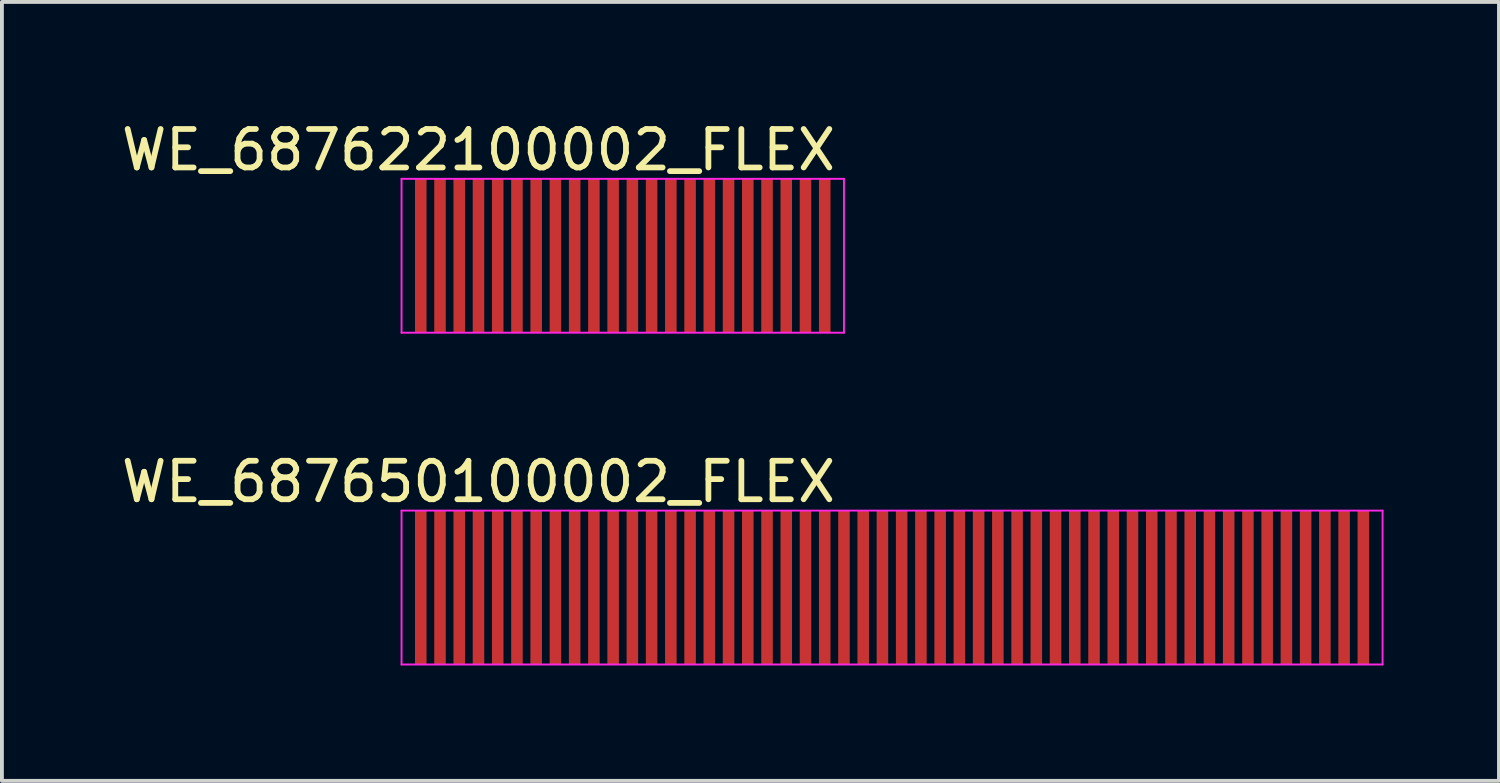
<source format=kicad_pcb>
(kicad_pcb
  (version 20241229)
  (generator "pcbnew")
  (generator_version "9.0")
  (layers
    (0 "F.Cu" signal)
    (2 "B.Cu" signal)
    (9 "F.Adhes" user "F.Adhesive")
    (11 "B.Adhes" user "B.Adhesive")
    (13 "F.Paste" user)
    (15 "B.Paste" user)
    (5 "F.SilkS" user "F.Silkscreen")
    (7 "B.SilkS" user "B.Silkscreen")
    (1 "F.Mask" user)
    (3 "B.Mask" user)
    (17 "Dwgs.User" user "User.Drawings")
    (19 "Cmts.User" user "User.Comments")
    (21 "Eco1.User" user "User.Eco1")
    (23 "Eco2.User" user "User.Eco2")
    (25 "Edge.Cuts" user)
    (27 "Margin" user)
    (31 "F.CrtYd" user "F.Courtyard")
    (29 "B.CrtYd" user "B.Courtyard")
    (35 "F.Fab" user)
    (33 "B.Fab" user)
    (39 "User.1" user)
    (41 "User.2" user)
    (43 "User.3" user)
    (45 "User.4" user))
  (footprint "WE_687622100002_FLEX"
    (layer "F.Cu")
    (at 12.887 3.648)
    (property "Reference" "WE_687622100002_FLEX" (at -3.5 -2.8 0) (layer "F.SilkS") (effects (font (size 1 1) (thickness 0.15))))
    (attr smd)
    (fp_line (start -5.5 -2.05) (end -5.5 1.95) (stroke (width 0.05) (type solid)) (layer "F.CrtYd"))
    (fp_line (start -5.5 -2.05) (end 6 -2.05) (stroke (width 0.05) (type solid)) (layer "F.CrtYd"))
    (fp_line (start -5.5 1.95) (end 6 1.95) (stroke (width 0.05) (type solid)) (layer "F.CrtYd"))
    (fp_line (start 6 -2.05) (end 6 1.95) (stroke (width 0.05) (type solid)) (layer "F.CrtYd"))
    (pad "1" smd rect (at -5 -0.05) (size 0.3 4) (layers "F.Cu" "F.Mask" "F.Paste"))
    (pad "2" smd rect (at -4.5 -0.05) (size 0.3 4) (layers "F.Cu" "F.Mask" "F.Paste"))
    (pad "3" smd rect (at -4 -0.05) (size 0.3 4) (layers "F.Cu" "F.Mask" "F.Paste"))
    (pad "4" smd rect (at -3.5 -0.05) (size 0.3 4) (layers "F.Cu" "F.Mask" "F.Paste"))
    (pad "5" smd rect (at -3 -0.05) (size 0.3 4) (layers "F.Cu" "F.Mask" "F.Paste"))
    (pad "6" smd rect (at -2.5 -0.05) (size 0.3 4) (layers "F.Cu" "F.Mask" "F.Paste"))
    (pad "7" smd rect (at -2 -0.05) (size 0.3 4) (layers "F.Cu" "F.Mask" "F.Paste"))
    (pad "8" smd rect (at -1.5 -0.05) (size 0.3 4) (layers "F.Cu" "F.Mask" "F.Paste"))
    (pad "9" smd rect (at -1 -0.05) (size 0.3 4) (layers "F.Cu" "F.Mask" "F.Paste"))
    (pad "10" smd rect (at -0.5 -0.05) (size 0.3 4) (layers "F.Cu" "F.Mask" "F.Paste"))
    (pad "11" smd rect (at 0 -0.05) (size 0.3 4) (layers "F.Cu" "F.Mask" "F.Paste"))
    (pad "12" smd rect (at 0.5 -0.05) (size 0.3 4) (layers "F.Cu" "F.Mask" "F.Paste"))
    (pad "13" smd rect (at 1 -0.05) (size 0.3 4) (layers "F.Cu" "F.Mask" "F.Paste"))
    (pad "14" smd rect (at 1.5 -0.05) (size 0.3 4) (layers "F.Cu" "F.Mask" "F.Paste"))
    (pad "15" smd rect (at 2 -0.05) (size 0.3 4) (layers "F.Cu" "F.Mask" "F.Paste"))
    (pad "16" smd rect (at 2.5 -0.05) (size 0.3 4) (layers "F.Cu" "F.Mask" "F.Paste"))
    (pad "17" smd rect (at 3 -0.05) (size 0.3 4) (layers "F.Cu" "F.Mask" "F.Paste"))
    (pad "18" smd rect (at 3.5 -0.05) (size 0.3 4) (layers "F.Cu" "F.Mask" "F.Paste"))
    (pad "19" smd rect (at 4 -0.05) (size 0.3 4) (layers "F.Cu" "F.Mask" "F.Paste"))
    (pad "20" smd rect (at 4.5 -0.05) (size 0.3 4) (layers "F.Cu" "F.Mask" "F.Paste"))
    (pad "21" smd rect (at 5 -0.05) (size 0.3 4) (layers "F.Cu" "F.Mask" "F.Paste"))
    (pad "22" smd rect (at 5.5 -0.05) (size 0.3 4) (layers "F.Cu" "F.Mask" "F.Paste")))
  (footprint "WE_687650100002_FLEX"
    (layer "F.Cu")
    (at 20.137 12.222)
    (property "Reference" "WE_687650100002_FLEX" (at -10.75 -2.75 0) (layer "F.SilkS") (effects (font (size 1 1) (thickness 0.15))))
    (attr smd)
    (fp_line (start -12.75 -2) (end -12.75 2) (stroke (width 0.05) (type solid)) (layer "F.CrtYd"))
    (fp_line (start -12.75 -2) (end 12.75 -2) (stroke (width 0.05) (type solid)) (layer "F.CrtYd"))
    (fp_line (start -12.75 2) (end 12.75 2) (stroke (width 0.05) (type solid)) (layer "F.CrtYd"))
    (fp_line (start 12.75 -2) (end 12.75 2) (stroke (width 0.05) (type solid)) (layer "F.CrtYd"))
    (pad "1" smd rect (at -12.25 0) (size 0.3 4) (layers "F.Cu" "F.Mask" "F.Paste"))
    (pad "2" smd rect (at -11.75 0) (size 0.3 4) (layers "F.Cu" "F.Mask" "F.Paste"))
    (pad "3" smd rect (at -11.25 0) (size 0.3 4) (layers "F.Cu" "F.Mask" "F.Paste"))
    (pad "4" smd rect (at -10.75 0) (size 0.3 4) (layers "F.Cu" "F.Mask" "F.Paste"))
    (pad "5" smd rect (at -10.25 0) (size 0.3 4) (layers "F.Cu" "F.Mask" "F.Paste"))
    (pad "6" smd rect (at -9.75 0) (size 0.3 4) (layers "F.Cu" "F.Mask" "F.Paste"))
    (pad "7" smd rect (at -9.25 0) (size 0.3 4) (layers "F.Cu" "F.Mask" "F.Paste"))
    (pad "8" smd rect (at -8.75 0) (size 0.3 4) (layers "F.Cu" "F.Mask" "F.Paste"))
    (pad "9" smd rect (at -8.25 0) (size 0.3 4) (layers "F.Cu" "F.Mask" "F.Paste"))
    (pad "10" smd rect (at -7.75 0) (size 0.3 4) (layers "F.Cu" "F.Mask" "F.Paste"))
    (pad "11" smd rect (at -7.25 0) (size 0.3 4) (layers "F.Cu" "F.Mask" "F.Paste"))
    (pad "12" smd rect (at -6.75 0) (size 0.3 4) (layers "F.Cu" "F.Mask" "F.Paste"))
    (pad "13" smd rect (at -6.25 0) (size 0.3 4) (layers "F.Cu" "F.Mask" "F.Paste"))
    (pad "14" smd rect (at -5.75 0) (size 0.3 4) (layers "F.Cu" "F.Mask" "F.Paste"))
    (pad "15" smd rect (at -5.25 0) (size 0.3 4) (layers "F.Cu" "F.Mask" "F.Paste"))
    (pad "16" smd rect (at -4.75 0) (size 0.3 4) (layers "F.Cu" "F.Mask" "F.Paste"))
    (pad "17" smd rect (at -4.25 0) (size 0.3 4) (layers "F.Cu" "F.Mask" "F.Paste"))
    (pad "18" smd rect (at -3.75 0) (size 0.3 4) (layers "F.Cu" "F.Mask" "F.Paste"))
    (pad "19" smd rect (at -3.25 0) (size 0.3 4) (layers "F.Cu" "F.Mask" "F.Paste"))
    (pad "20" smd rect (at -2.75 0) (size 0.3 4) (layers "F.Cu" "F.Mask" "F.Paste"))
    (pad "21" smd rect (at -2.25 0) (size 0.3 4) (layers "F.Cu" "F.Mask" "F.Paste"))
    (pad "22" smd rect (at -1.75 0) (size 0.3 4) (layers "F.Cu" "F.Mask" "F.Paste"))
    (pad "23" smd rect (at -1.25 0) (size 0.3 4) (layers "F.Cu" "F.Mask" "F.Paste"))
    (pad "24" smd rect (at -0.75 0) (size 0.3 4) (layers "F.Cu" "F.Mask" "F.Paste"))
    (pad "25" smd rect (at -0.25 0) (size 0.3 4) (layers "F.Cu" "F.Mask" "F.Paste"))
    (pad "26" smd rect (at 0.25 0) (size 0.3 4) (layers "F.Cu" "F.Mask" "F.Paste"))
    (pad "27" smd rect (at 0.75 0) (size 0.3 4) (layers "F.Cu" "F.Mask" "F.Paste"))
    (pad "28" smd rect (at 1.25 0) (size 0.3 4) (layers "F.Cu" "F.Mask" "F.Paste"))
    (pad "29" smd rect (at 1.75 0) (size 0.3 4) (layers "F.Cu" "F.Mask" "F.Paste"))
    (pad "30" smd rect (at 2.25 0) (size 0.3 4) (layers "F.Cu" "F.Mask" "F.Paste"))
    (pad "31" smd rect (at 2.75 0) (size 0.3 4) (layers "F.Cu" "F.Mask" "F.Paste"))
    (pad "32" smd rect (at 3.25 0) (size 0.3 4) (layers "F.Cu" "F.Mask" "F.Paste"))
    (pad "33" smd rect (at 3.75 0) (size 0.3 4) (layers "F.Cu" "F.Mask" "F.Paste"))
    (pad "34" smd rect (at 4.25 0) (size 0.3 4) (layers "F.Cu" "F.Mask" "F.Paste"))
    (pad "35" smd rect (at 4.75 0) (size 0.3 4) (layers "F.Cu" "F.Mask" "F.Paste"))
    (pad "36" smd rect (at 5.25 0) (size 0.3 4) (layers "F.Cu" "F.Mask" "F.Paste"))
    (pad "37" smd rect (at 5.75 0) (size 0.3 4) (layers "F.Cu" "F.Mask" "F.Paste"))
    (pad "38" smd rect (at 6.25 0) (size 0.3 4) (layers "F.Cu" "F.Mask" "F.Paste"))
    (pad "39" smd rect (at 6.75 0) (size 0.3 4) (layers "F.Cu" "F.Mask" "F.Paste"))
    (pad "40" smd rect (at 7.25 0) (size 0.3 4) (layers "F.Cu" "F.Mask" "F.Paste"))
    (pad "41" smd rect (at 7.75 0) (size 0.3 4) (layers "F.Cu" "F.Mask" "F.Paste"))
    (pad "42" smd rect (at 8.25 0) (size 0.3 4) (layers "F.Cu" "F.Mask" "F.Paste"))
    (pad "43" smd rect (at 8.75 0) (size 0.3 4) (layers "F.Cu" "F.Mask" "F.Paste"))
    (pad "44" smd rect (at 9.25 0) (size 0.3 4) (layers "F.Cu" "F.Mask" "F.Paste"))
    (pad "45" smd rect (at 9.75 0) (size 0.3 4) (layers "F.Cu" "F.Mask" "F.Paste"))
    (pad "46" smd rect (at 10.25 0) (size 0.3 4) (layers "F.Cu" "F.Mask" "F.Paste"))
    (pad "47" smd rect (at 10.75 0) (size 0.3 4) (layers "F.Cu" "F.Mask" "F.Paste"))
    (pad "48" smd rect (at 11.25 0) (size 0.3 4) (layers "F.Cu" "F.Mask" "F.Paste"))
    (pad "49" smd rect (at 11.75 0) (size 0.3 4) (layers "F.Cu" "F.Mask" "F.Paste"))
    (pad "50" smd rect (at 12.25 0) (size 0.3 4) (layers "F.Cu" "F.Mask" "F.Paste")))
  (gr_rect
    (start -3 -3)
    (end 35.912 17.247)
    (stroke (width 0.1) (type default))
    (fill no)
    (layer "Edge.Cuts")))
</source>
